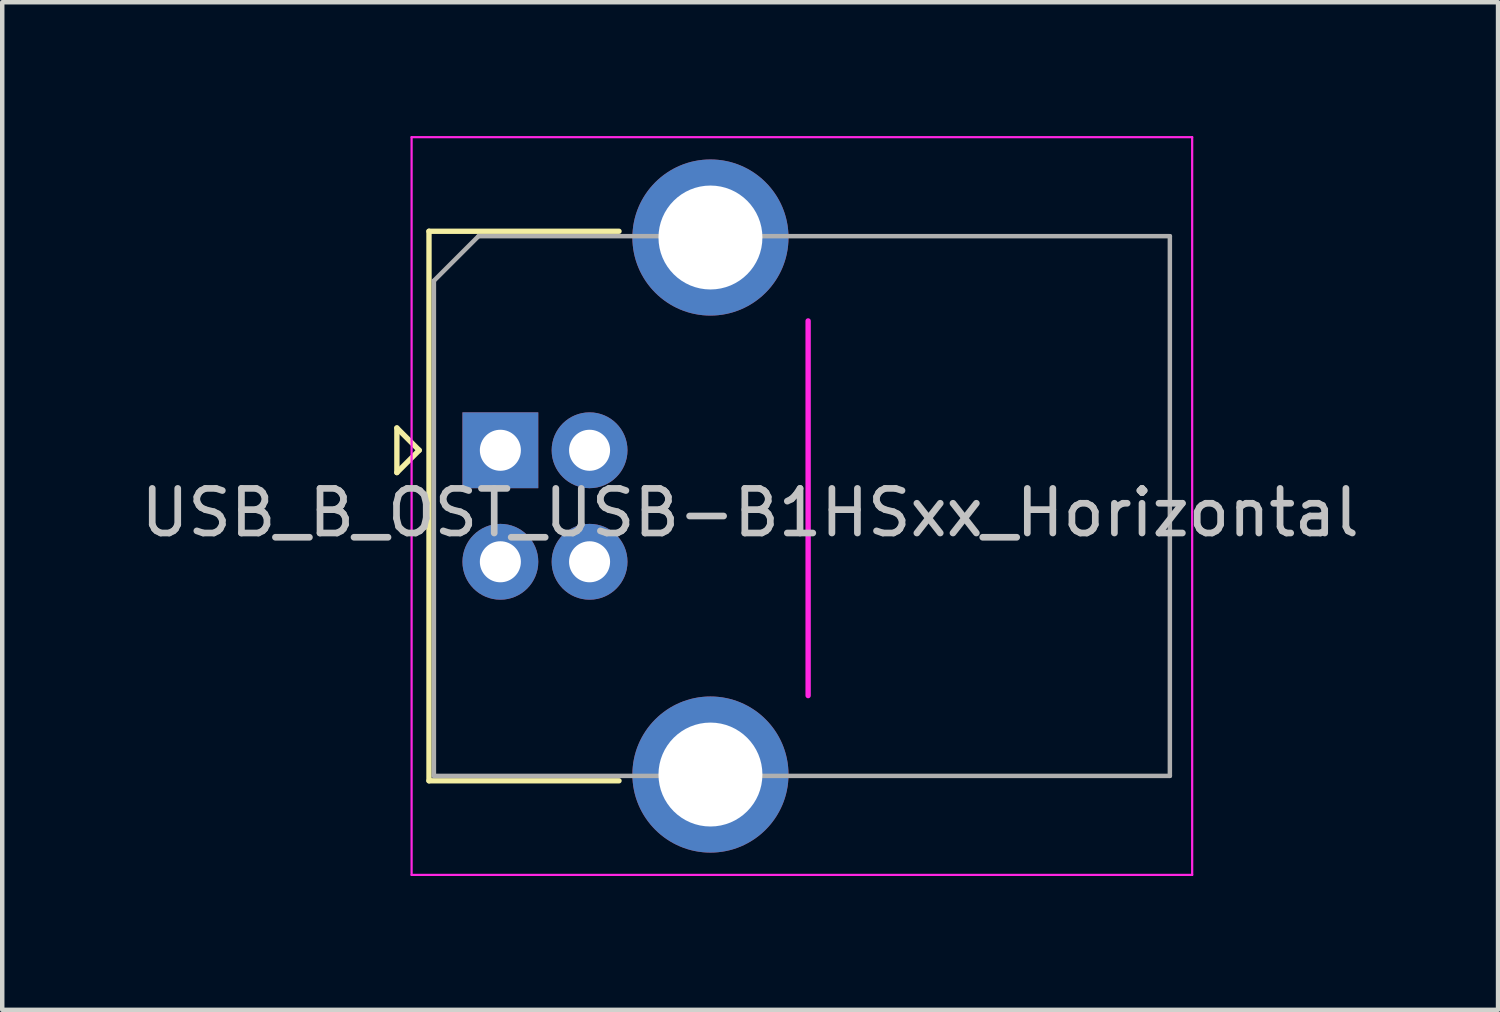
<source format=kicad_pcb>
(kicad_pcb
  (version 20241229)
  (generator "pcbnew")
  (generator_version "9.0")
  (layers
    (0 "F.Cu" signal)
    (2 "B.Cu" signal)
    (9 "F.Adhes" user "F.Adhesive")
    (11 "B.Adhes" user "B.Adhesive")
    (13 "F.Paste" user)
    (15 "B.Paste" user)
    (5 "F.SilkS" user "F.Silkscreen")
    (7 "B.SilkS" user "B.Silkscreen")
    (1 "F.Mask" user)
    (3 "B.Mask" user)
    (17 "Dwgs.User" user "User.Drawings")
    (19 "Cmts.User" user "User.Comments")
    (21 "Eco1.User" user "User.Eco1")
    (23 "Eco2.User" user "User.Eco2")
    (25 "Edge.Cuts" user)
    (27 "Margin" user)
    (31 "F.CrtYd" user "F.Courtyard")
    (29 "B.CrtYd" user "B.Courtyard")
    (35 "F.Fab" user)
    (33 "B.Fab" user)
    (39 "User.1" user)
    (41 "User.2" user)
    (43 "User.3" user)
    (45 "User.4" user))
  (footprint "USB_B_OST_USB-B1HSxx_Horizontal"
    (layer "F.Cu")
    (at 8.168 7.045)
    (property "Reference" "USB_B_OST_USB-B1HSxx_Horizontal" (at 5.6 1.4 0) (layer "Dwgs.User") (effects (font (size 1 1) (thickness 0.15))))
    (attr through_hole)
    (fp_line (start -2.32 -0.5) (end -2.32 0.5) (stroke (width 0.12) (type solid)) (layer "F.SilkS"))
    (fp_line (start -2.32 0.5) (end -1.82 0) (stroke (width 0.12) (type solid)) (layer "F.SilkS"))
    (fp_line (start -1.82 0) (end -2.32 -0.5) (stroke (width 0.12) (type solid)) (layer "F.SilkS"))
    (fp_line (start -1.6 -4.91) (end -1.6 7.41) (stroke (width 0.12) (type solid)) (layer "F.SilkS"))
    (fp_line (start -1.6 7.41) (end 2.66 7.41) (stroke (width 0.12) (type solid)) (layer "F.SilkS"))
    (fp_line (start 2.66 -4.91) (end -1.6 -4.91) (stroke (width 0.12) (type solid)) (layer "F.SilkS"))
    (fp_line (start -1.99 -7.02) (end -1.99 9.52) (stroke (width 0.05) (type solid)) (layer "F.CrtYd"))
    (fp_line (start -1.99 9.52) (end 15.51 9.52) (stroke (width 0.05) (type solid)) (layer "F.CrtYd"))
    (fp_line (start 6.9 -2.9) (end 6.9 5.5) (stroke (width 0.12) (type solid)) (layer "F.CrtYd"))
    (fp_line (start 15.51 -7.02) (end -1.99 -7.02) (stroke (width 0.05) (type solid)) (layer "F.CrtYd"))
    (fp_line (start 15.51 9.52) (end 15.51 -7.02) (stroke (width 0.05) (type solid)) (layer "F.CrtYd"))
    (fp_line (start -1.49 -3.8) (end -0.49 -4.8) (stroke (width 0.1) (type solid)) (layer "F.Fab"))
    (fp_line (start -1.49 7.3) (end -1.49 -3.8) (stroke (width 0.1) (type solid)) (layer "F.Fab"))
    (fp_line (start -0.49 -4.8) (end 15.01 -4.8) (stroke (width 0.1) (type solid)) (layer "F.Fab"))
    (fp_line (start 15.01 -4.8) (end 15.01 7.3) (stroke (width 0.1) (type solid)) (layer "F.Fab"))
    (fp_line (start 15.01 7.3) (end -1.49 7.3) (stroke (width 0.1) (type solid)) (layer "F.Fab"))
    (pad "1" thru_hole rect (at 0 0) (size 1.7 1.7) (drill 0.92) (layers "*.Cu" "*.Mask"))
    (pad "2" thru_hole circle (at 0 2.5) (size 1.7 1.7) (drill 0.92) (layers "*.Cu" "*.Mask"))
    (pad "3" thru_hole circle (at 2 2.5) (size 1.7 1.7) (drill 0.92) (layers "*.Cu" "*.Mask"))
    (pad "4" thru_hole circle (at 2 0) (size 1.7 1.7) (drill 0.92) (layers "*.Cu" "*.Mask"))
    (pad "5" thru_hole circle (at 4.71 -4.77) (size 3.5 3.5) (drill 2.33) (layers "*.Cu" "*.Mask"))
    (pad "5" thru_hole circle (at 4.71 7.27) (size 3.5 3.5) (drill 2.33) (layers "*.Cu" "*.Mask")))
  (gr_rect
    (start -3 -3)
    (end 30.536 19.59)
    (stroke (width 0.1) (type default))
    (fill no)
    (layer "Edge.Cuts")))
</source>
